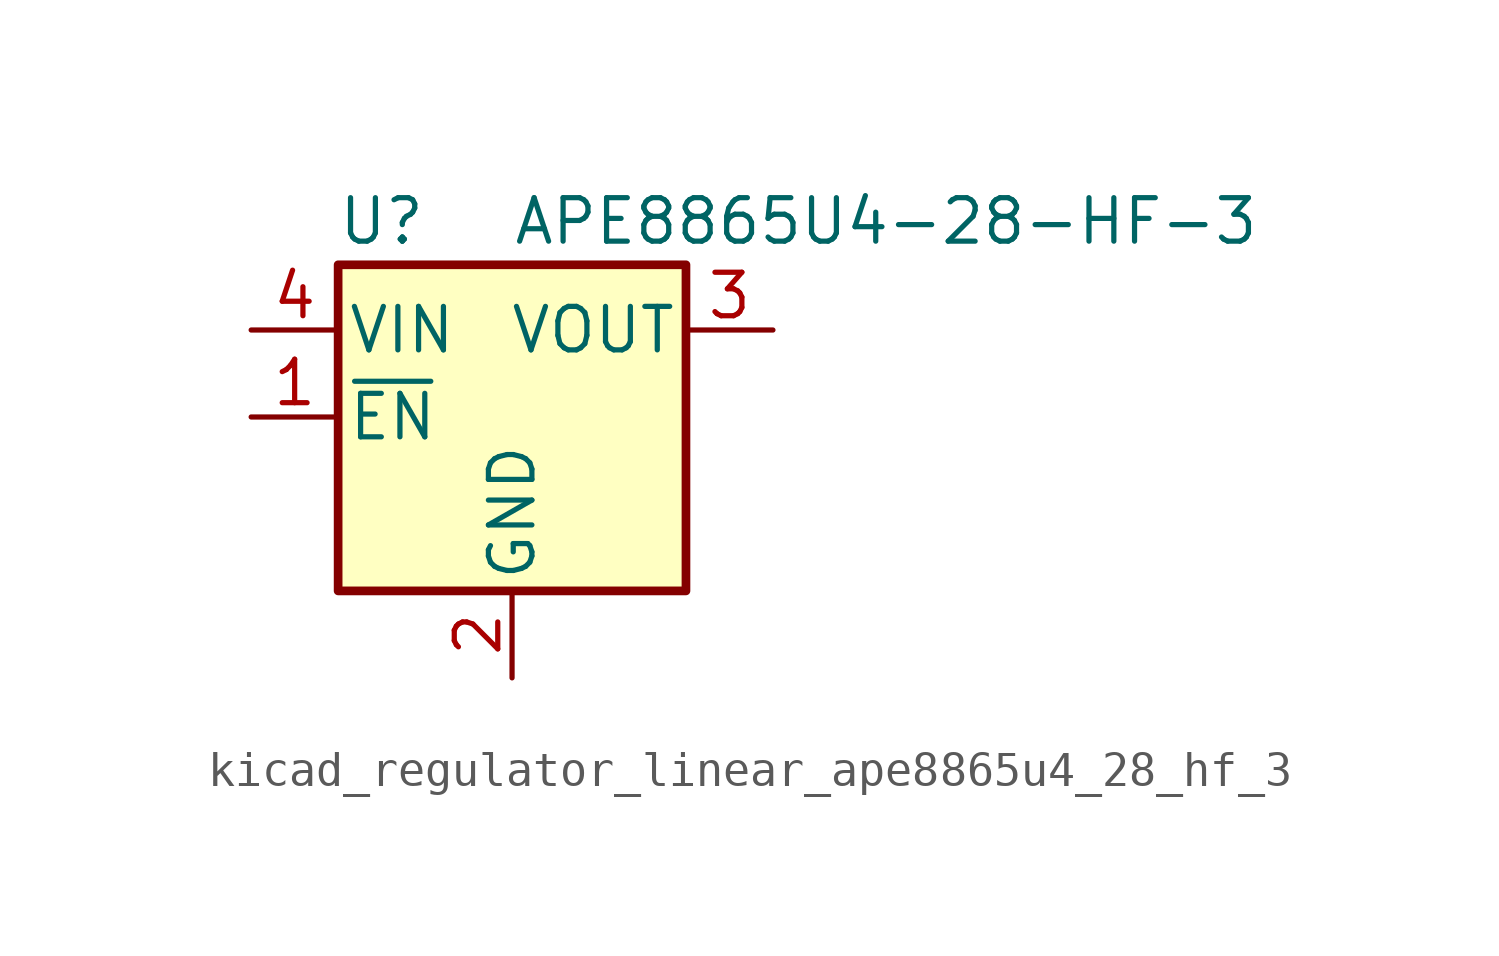
<source format=kicad_sym>
(kicad_symbol_lib
  (version 20220914)
  (generator kicad_symbol_editor)
  (symbol "kicad_regulator_linear_ape8865u4_28_hf_3"
    (pin_names
      (offset 0.254))
    (property "Reference" "U"
      (at -3.81 5.715 0)
      (effects (font (size 1.27 1.27))))
    (property "Value" "APE8865U4-28-HF-3"
      (at 0 5.715 0)
      (effects (font (size 1.27 1.27)) (justify left)))
    (symbol "kicad_regulator_linear_ape8865u4_28_hf_3_0_1"
      (rectangle (start -5.08 4.445) (end 5.08 -5.08) (stroke (width 0.254) (type default)) (fill (type background))))
    (symbol "kicad_regulator_linear_ape8865u4_28_hf_3_1_1"
      (pin input line (at -7.62 0 0) (length 2.54) (name "~{EN}" (effects (font (size 1.27 1.27)))) (number "1" (effects (font (size 1.27 1.27)))))
      (pin power_in line (at 0 -7.62 90) (length 2.54) (name "GND" (effects (font (size 1.27 1.27)))) (number "2" (effects (font (size 1.27 1.27)))))
      (pin power_out line (at 7.62 2.54 180) (length 2.54) (name "VOUT" (effects (font (size 1.27 1.27)))) (number "3" (effects (font (size 1.27 1.27)))))
      (pin power_in line (at -7.62 2.54 0) (length 2.54) (name "VIN" (effects (font (size 1.27 1.27)))) (number "4" (effects (font (size 1.27 1.27))))))))
</source>
